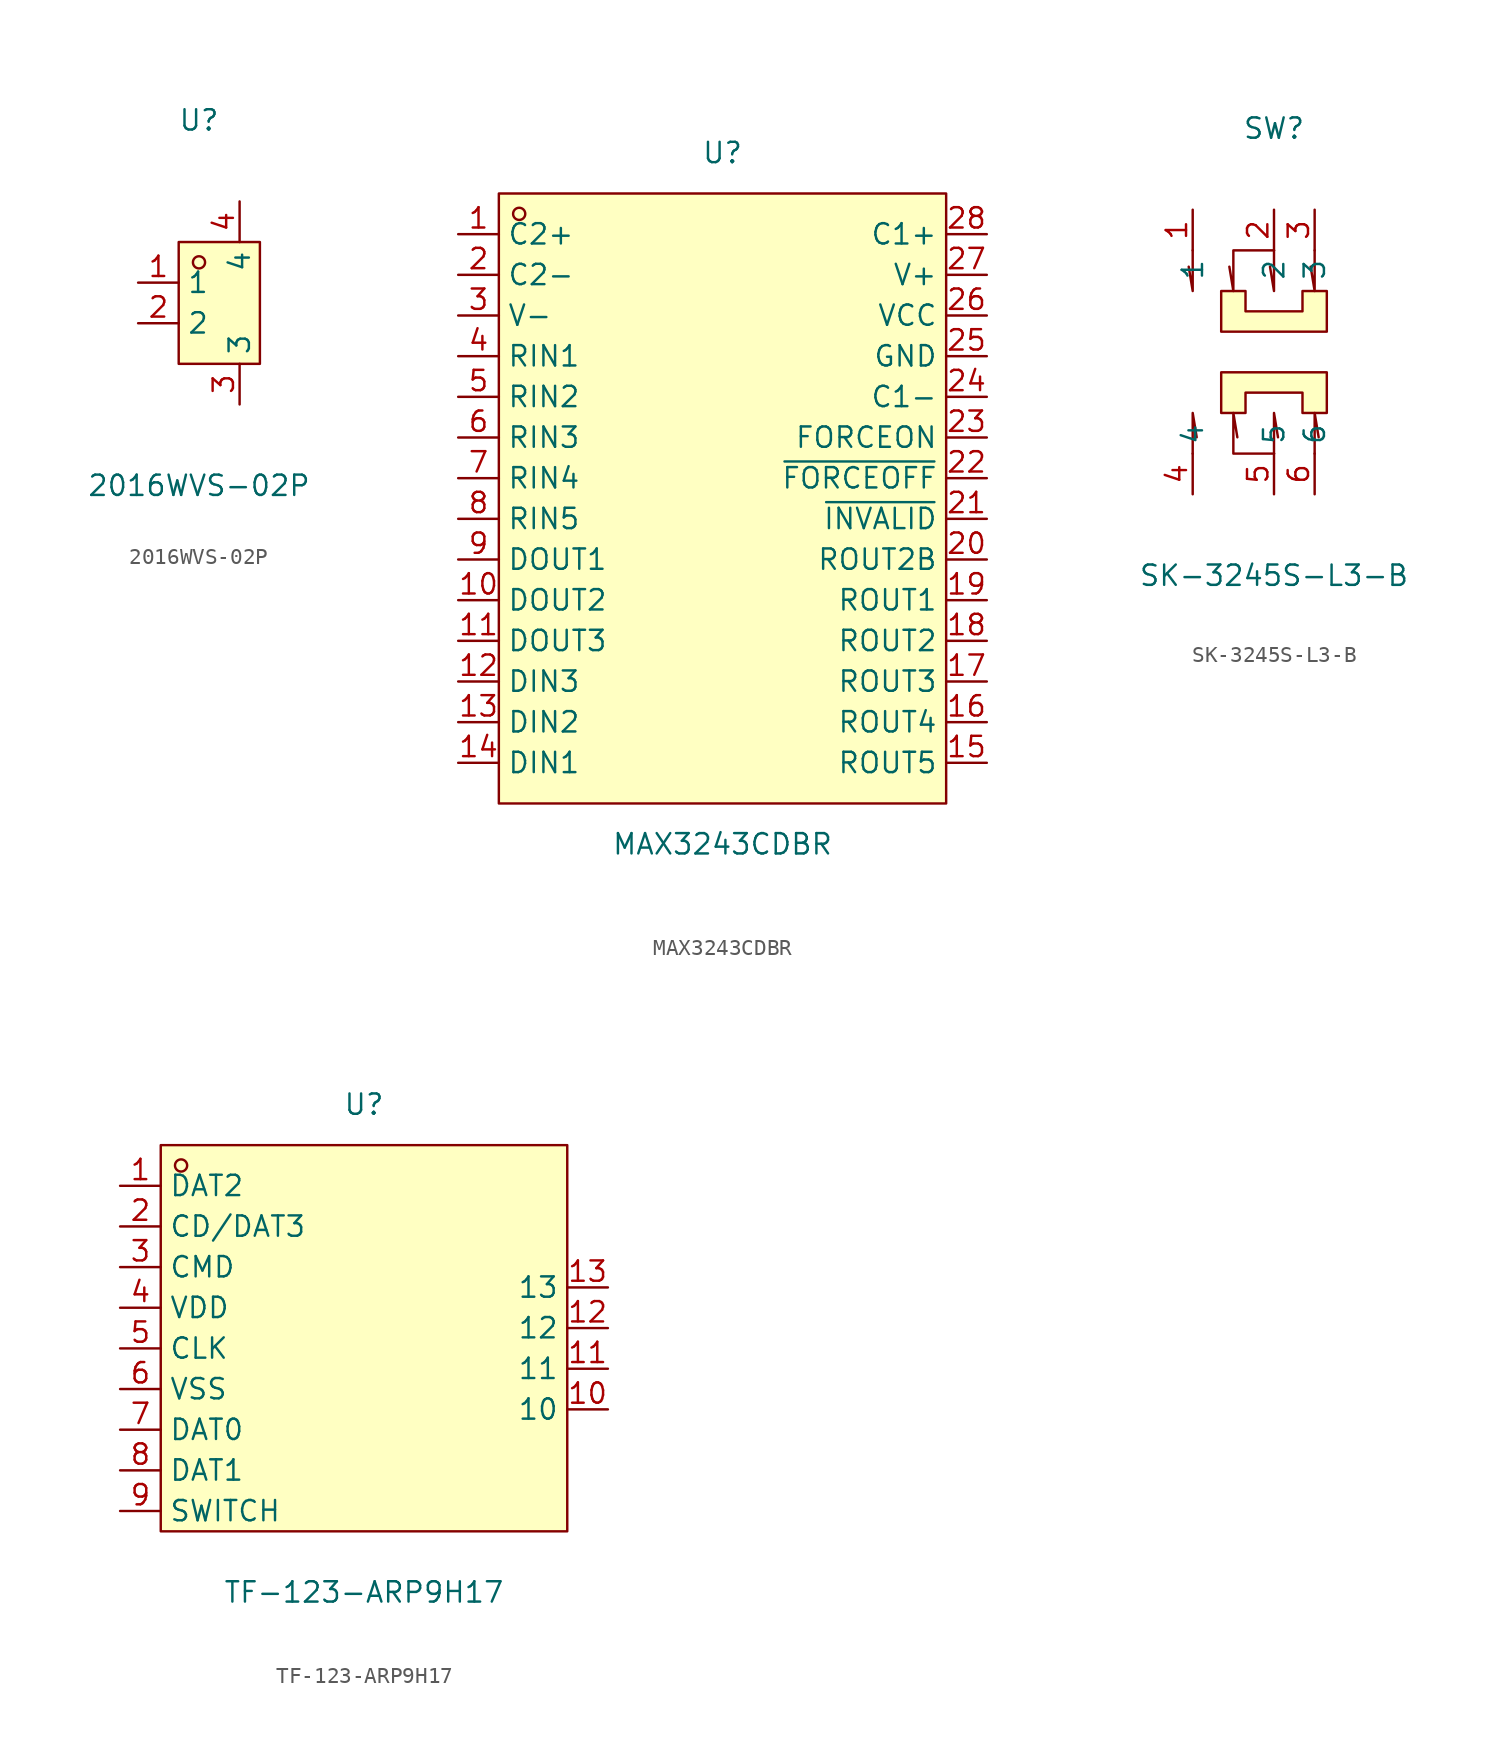
<source format=kicad_sym>
(kicad_symbol_lib
  (version 20211014)
  (generator https://github.com/uPesy/easyeda2kicad.py)
  (symbol "2016WVS-02P"
    (property "Reference" "U"
      (at 0 12.70 0)
      (effects (font (size 1.27 1.27))))
    (property "Value" "2016WVS-02P"
      (at 0 -10.16 0)
      (effects (font (size 1.27 1.27))))
    (symbol "2016WVS-02P_0_1"
      (rectangle (start -1.27 5.08) (end 3.81 -2.54) (stroke (width 0) (type default) (color 0 0 0 0)) (fill (type background)))
      (circle (center 0.00 3.81) (radius 0.38) (stroke (width 0) (type default) (color 0 0 0 0)) (fill (type none)))
      (pin unspecified line (at 2.54 7.62 270) (length 2.54) (name "4" (effects (font (size 1.27 1.27)))) (number "4" (effects (font (size 1.27 1.27)))))
      (pin unspecified line (at 2.54 -5.08 90) (length 2.54) (name "3" (effects (font (size 1.27 1.27)))) (number "3" (effects (font (size 1.27 1.27)))))
      (pin unspecified line (at -3.81 -0.00 0) (length 2.54) (name "2" (effects (font (size 1.27 1.27)))) (number "2" (effects (font (size 1.27 1.27)))))
      (pin unspecified line (at -3.81 2.54 0) (length 2.54) (name "1" (effects (font (size 1.27 1.27)))) (number "1" (effects (font (size 1.27 1.27)))))))
  (symbol "MAX3243CDBR"
    (property "Reference" "U"
      (at 0 21.59 0)
      (effects (font (size 1.27 1.27))))
    (property "Value" "MAX3243CDBR"
      (at 0 -21.59 0)
      (effects (font (size 1.27 1.27))))
    (symbol "MAX3243CDBR_0_1"
      (rectangle (start -13.97 19.05) (end 13.97 -19.05) (stroke (width 0) (type default) (color 0 0 0 0)) (fill (type background)))
      (circle (center -12.70 17.78) (radius 0.38) (stroke (width 0) (type default) (color 0 0 0 0)) (fill (type none)))
      (pin unspecified line (at -16.51 16.51 0) (length 2.54) (name "C2+" (effects (font (size 1.27 1.27)))) (number "1" (effects (font (size 1.27 1.27)))))
      (pin unspecified line (at -16.51 13.97 0) (length 2.54) (name "C2−" (effects (font (size 1.27 1.27)))) (number "2" (effects (font (size 1.27 1.27)))))
      (pin unspecified line (at -16.51 11.43 0) (length 2.54) (name "V−" (effects (font (size 1.27 1.27)))) (number "3" (effects (font (size 1.27 1.27)))))
      (pin unspecified line (at -16.51 8.89 0) (length 2.54) (name "RIN1" (effects (font (size 1.27 1.27)))) (number "4" (effects (font (size 1.27 1.27)))))
      (pin unspecified line (at -16.51 6.35 0) (length 2.54) (name "RIN2" (effects (font (size 1.27 1.27)))) (number "5" (effects (font (size 1.27 1.27)))))
      (pin unspecified line (at -16.51 3.81 0) (length 2.54) (name "RIN3" (effects (font (size 1.27 1.27)))) (number "6" (effects (font (size 1.27 1.27)))))
      (pin unspecified line (at -16.51 1.27 0) (length 2.54) (name "RIN4" (effects (font (size 1.27 1.27)))) (number "7" (effects (font (size 1.27 1.27)))))
      (pin unspecified line (at -16.51 -1.27 0) (length 2.54) (name "RIN5" (effects (font (size 1.27 1.27)))) (number "8" (effects (font (size 1.27 1.27)))))
      (pin unspecified line (at -16.51 -3.81 0) (length 2.54) (name "DOUT1" (effects (font (size 1.27 1.27)))) (number "9" (effects (font (size 1.27 1.27)))))
      (pin unspecified line (at -16.51 -6.35 0) (length 2.54) (name "DOUT2" (effects (font (size 1.27 1.27)))) (number "10" (effects (font (size 1.27 1.27)))))
      (pin unspecified line (at -16.51 -8.89 0) (length 2.54) (name "DOUT3" (effects (font (size 1.27 1.27)))) (number "11" (effects (font (size 1.27 1.27)))))
      (pin unspecified line (at -16.51 -11.43 0) (length 2.54) (name "DIN3" (effects (font (size 1.27 1.27)))) (number "12" (effects (font (size 1.27 1.27)))))
      (pin unspecified line (at -16.51 -13.97 0) (length 2.54) (name "DIN2" (effects (font (size 1.27 1.27)))) (number "13" (effects (font (size 1.27 1.27)))))
      (pin unspecified line (at -16.51 -16.51 0) (length 2.54) (name "DIN1" (effects (font (size 1.27 1.27)))) (number "14" (effects (font (size 1.27 1.27)))))
      (pin unspecified line (at 16.51 -16.51 180) (length 2.54) (name "ROUT5" (effects (font (size 1.27 1.27)))) (number "15" (effects (font (size 1.27 1.27)))))
      (pin unspecified line (at 16.51 -13.97 180) (length 2.54) (name "ROUT4" (effects (font (size 1.27 1.27)))) (number "16" (effects (font (size 1.27 1.27)))))
      (pin unspecified line (at 16.51 -11.43 180) (length 2.54) (name "ROUT3" (effects (font (size 1.27 1.27)))) (number "17" (effects (font (size 1.27 1.27)))))
      (pin unspecified line (at 16.51 -8.89 180) (length 2.54) (name "ROUT2" (effects (font (size 1.27 1.27)))) (number "18" (effects (font (size 1.27 1.27)))))
      (pin unspecified line (at 16.51 -6.35 180) (length 2.54) (name "ROUT1" (effects (font (size 1.27 1.27)))) (number "19" (effects (font (size 1.27 1.27)))))
      (pin unspecified line (at 16.51 -3.81 180) (length 2.54) (name "ROUT2B" (effects (font (size 1.27 1.27)))) (number "20" (effects (font (size 1.27 1.27)))))
      (pin unspecified line (at 16.51 -1.27 180) (length 2.54) (name "~{INVALID}" (effects (font (size 1.27 1.27)))) (number "21" (effects (font (size 1.27 1.27)))))
      (pin unspecified line (at 16.51 1.27 180) (length 2.54) (name "~{FORCEOFF}" (effects (font (size 1.27 1.27)))) (number "22" (effects (font (size 1.27 1.27)))))
      (pin unspecified line (at 16.51 3.81 180) (length 2.54) (name "FORCEON" (effects (font (size 1.27 1.27)))) (number "23" (effects (font (size 1.27 1.27)))))
      (pin unspecified line (at 16.51 6.35 180) (length 2.54) (name "C1−" (effects (font (size 1.27 1.27)))) (number "24" (effects (font (size 1.27 1.27)))))
      (pin unspecified line (at 16.51 8.89 180) (length 2.54) (name "GND" (effects (font (size 1.27 1.27)))) (number "25" (effects (font (size 1.27 1.27)))))
      (pin unspecified line (at 16.51 11.43 180) (length 2.54) (name "VCC" (effects (font (size 1.27 1.27)))) (number "26" (effects (font (size 1.27 1.27)))))
      (pin unspecified line (at 16.51 13.97 180) (length 2.54) (name "V+" (effects (font (size 1.27 1.27)))) (number "27" (effects (font (size 1.27 1.27)))))
      (pin unspecified line (at 16.51 16.51 180) (length 2.54) (name "C1+" (effects (font (size 1.27 1.27)))) (number "28" (effects (font (size 1.27 1.27)))))))
  (symbol "SK-3245S-L3-B"
    (property "Reference" "SW"
      (at 0 15.24 0)
      (effects (font (size 1.27 1.27))))
    (property "Value" "SK-3245S-L3-B"
      (at 0 -12.70 0)
      (effects (font (size 1.27 1.27))))
    (symbol "SK-3245S-L3-B_0_1"
      (polyline (pts (xy 0.00 7.62) (xy -2.54 7.62) (xy -2.54 5.08) (xy -2.79 6.60)) (stroke (width 0) (type default) (color 0 0 0 0)) (fill (type none)))
      (polyline (pts (xy -5.08 7.62) (xy -5.08 5.08) (xy -5.33 6.60)) (stroke (width 0) (type default) (color 0 0 0 0)) (fill (type none)))
      (polyline (pts (xy 0.00 7.62) (xy 0.00 5.08) (xy -0.25 6.60)) (stroke (width 0) (type default) (color 0 0 0 0)) (fill (type none)))
      (polyline (pts (xy 2.54 7.62) (xy 2.54 5.08) (xy 2.29 6.60)) (stroke (width 0) (type default) (color 0 0 0 0)) (fill (type none)))
      (polyline (pts (xy -3.30 3.81) (xy -3.30 5.08) (xy -1.78 5.08) (xy -1.78 3.81) (xy 1.78 3.81) (xy 1.78 5.08) (xy 3.30 5.08) (xy 3.30 2.54) (xy -3.30 2.54) (xy -3.30 3.81)) (stroke (width 0) (type default) (color 0 0 0 0)) (fill (type background)))
      (polyline (pts (xy 0.00 -5.08) (xy -2.54 -5.08) (xy -2.54 -2.54) (xy -2.29 -4.06)) (stroke (width 0) (type default) (color 0 0 0 0)) (fill (type none)))
      (polyline (pts (xy 2.54 -5.08) (xy 2.54 -2.54) (xy 2.79 -4.06)) (stroke (width 0) (type default) (color 0 0 0 0)) (fill (type none)))
      (polyline (pts (xy 0.00 -5.08) (xy 0.00 -2.54) (xy 0.25 -4.06)) (stroke (width 0) (type default) (color 0 0 0 0)) (fill (type none)))
      (polyline (pts (xy -5.08 -5.08) (xy -5.08 -2.54) (xy -4.83 -4.06)) (stroke (width 0) (type default) (color 0 0 0 0)) (fill (type none)))
      (polyline (pts (xy 3.30 -1.27) (xy 3.30 -2.54) (xy 1.78 -2.54) (xy 1.78 -1.27) (xy -1.78 -1.27) (xy -1.78 -2.54) (xy -3.30 -2.54) (xy -3.30 -0.00) (xy 3.30 -0.00) (xy 3.30 -1.27)) (stroke (width 0) (type default) (color 0 0 0 0)) (fill (type background)))
      (pin unspecified line (at 2.54 10.16 270) (length 2.54) (name "3" (effects (font (size 1.27 1.27)))) (number "3" (effects (font (size 1.27 1.27)))))
      (pin unspecified line (at 0.00 10.16 270) (length 2.54) (name "2" (effects (font (size 1.27 1.27)))) (number "2" (effects (font (size 1.27 1.27)))))
      (pin unspecified line (at -5.08 10.16 270) (length 2.54) (name "1" (effects (font (size 1.27 1.27)))) (number "1" (effects (font (size 1.27 1.27)))))
      (pin unspecified line (at -5.08 -7.62 90) (length 2.54) (name "4" (effects (font (size 1.27 1.27)))) (number "4" (effects (font (size 1.27 1.27)))))
      (pin unspecified line (at 0.00 -7.62 90) (length 2.54) (name "5" (effects (font (size 1.27 1.27)))) (number "5" (effects (font (size 1.27 1.27)))))
      (pin unspecified line (at 2.54 -7.62 90) (length 2.54) (name "6" (effects (font (size 1.27 1.27)))) (number "6" (effects (font (size 1.27 1.27)))))))
  (symbol "TF-123-ARP9H17"
    (property "Reference" "U"
      (at 0 13.97 0)
      (effects (font (size 1.27 1.27))))
    (property "Value" "TF-123-ARP9H17"
      (at 0 -16.51 0)
      (effects (font (size 1.27 1.27))))
    (symbol "TF-123-ARP9H17_0_1"
      (rectangle (start -12.70 11.43) (end 12.70 -12.70) (stroke (width 0) (type default) (color 0 0 0 0)) (fill (type background)))
      (circle (center -11.43 10.16) (radius 0.38) (stroke (width 0) (type default) (color 0 0 0 0)) (fill (type none)))
      (pin unspecified line (at 15.24 2.54 180) (length 2.54) (name "13" (effects (font (size 1.27 1.27)))) (number "13" (effects (font (size 1.27 1.27)))))
      (pin unspecified line (at 15.24 -0.00 180) (length 2.54) (name "12" (effects (font (size 1.27 1.27)))) (number "12" (effects (font (size 1.27 1.27)))))
      (pin unspecified line (at 15.24 -2.54 180) (length 2.54) (name "11" (effects (font (size 1.27 1.27)))) (number "11" (effects (font (size 1.27 1.27)))))
      (pin unspecified line (at 15.24 -5.08 180) (length 2.54) (name "10" (effects (font (size 1.27 1.27)))) (number "10" (effects (font (size 1.27 1.27)))))
      (pin unspecified line (at -15.24 -11.43 0) (length 2.54) (name "SWITCH" (effects (font (size 1.27 1.27)))) (number "9" (effects (font (size 1.27 1.27)))))
      (pin unspecified line (at -15.24 -8.89 0) (length 2.54) (name "DAT1" (effects (font (size 1.27 1.27)))) (number "8" (effects (font (size 1.27 1.27)))))
      (pin unspecified line (at -15.24 -6.35 0) (length 2.54) (name "DAT0" (effects (font (size 1.27 1.27)))) (number "7" (effects (font (size 1.27 1.27)))))
      (pin unspecified line (at -15.24 -3.81 0) (length 2.54) (name "VSS" (effects (font (size 1.27 1.27)))) (number "6" (effects (font (size 1.27 1.27)))))
      (pin unspecified line (at -15.24 -1.27 0) (length 2.54) (name "CLK" (effects (font (size 1.27 1.27)))) (number "5" (effects (font (size 1.27 1.27)))))
      (pin unspecified line (at -15.24 1.27 0) (length 2.54) (name "VDD" (effects (font (size 1.27 1.27)))) (number "4" (effects (font (size 1.27 1.27)))))
      (pin unspecified line (at -15.24 3.81 0) (length 2.54) (name "CMD" (effects (font (size 1.27 1.27)))) (number "3" (effects (font (size 1.27 1.27)))))
      (pin unspecified line (at -15.24 6.35 0) (length 2.54) (name "CD/DAT3" (effects (font (size 1.27 1.27)))) (number "2" (effects (font (size 1.27 1.27)))))
      (pin unspecified line (at -15.24 8.89 0) (length 2.54) (name "DAT2" (effects (font (size 1.27 1.27)))) (number "1" (effects (font (size 1.27 1.27))))))))
</source>
